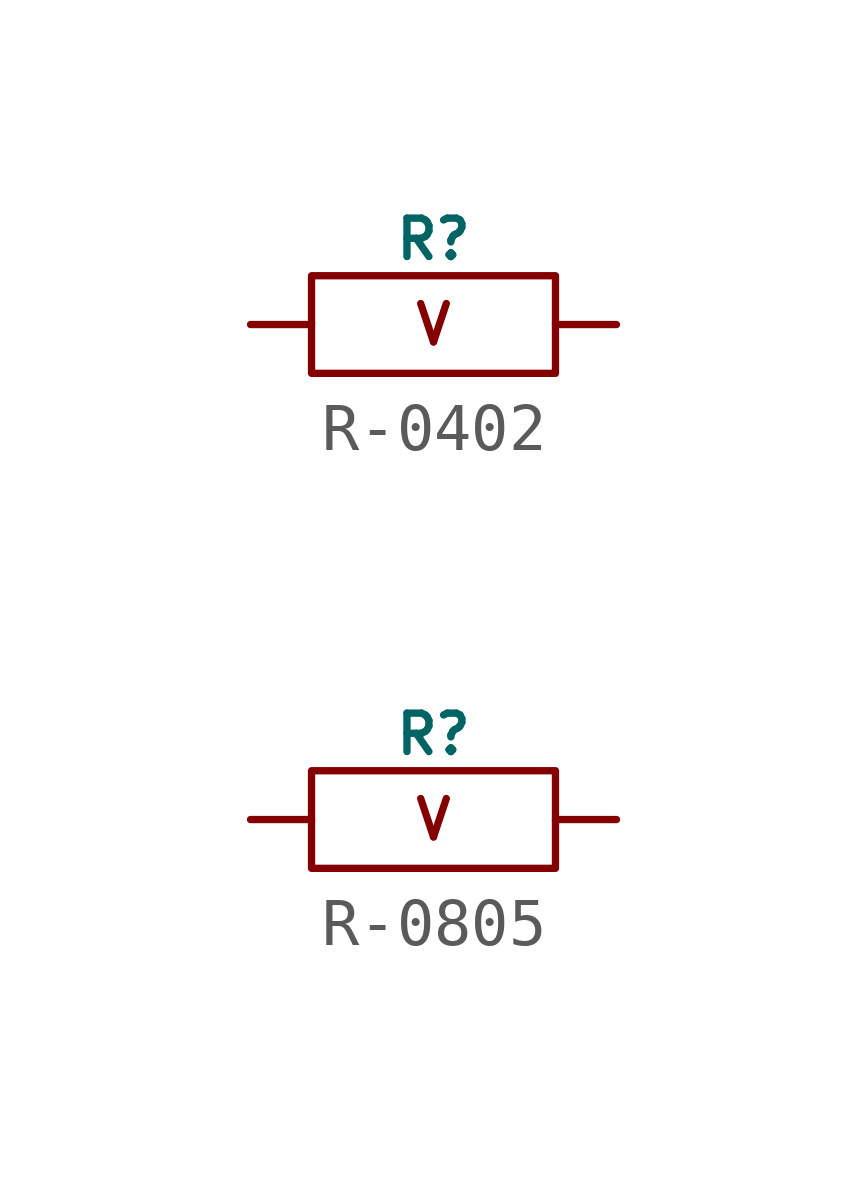
<source format=kicad_sym>
(kicad_symbol_lib
  (version 20231120)
  (generator "kicad_symbol_editor")
  (generator_version "8.0")
  (symbol "R-0402"
    (pin_numbers hide)
    (property "Reference" "R"
      (at 0 1.778 0)
      (do_not_autoplace)
      (effects (font (size 0.8 0.8))))
    (property "Value" "V"
      (at 0 0 0)
      (do_not_autoplace)
      (effects (font (size 0.8 0.8) (color 132 0 0 1))))
    (symbol "R-0402_0_1"
      (rectangle (start -2.54 1.016) (end 2.54 -1.016) (stroke (width 0) (type default)) (fill (type none))))
    (symbol "R-0402_1_1"
      (pin passive line (at -3.81 0 0) (length 1.27) (name "~" (effects (font (size 0.5 0.5)))) (number "1" (effects (font (size 0.5 0.5)))))
      (pin passive line (at 3.81 0 180) (length 1.27) (name "~" (effects (font (size 0.5 0.5)))) (number "2" (effects (font (size 0.5 0.5)))))))
  (symbol "R-0805"
    (pin_numbers hide)
    (property "Reference" "R"
      (at 0 1.778 0)
      (do_not_autoplace)
      (effects (font (size 0.8 0.8))))
    (property "Value" "V"
      (at 0 0 0)
      (do_not_autoplace)
      (effects (font (size 0.8 0.8) (color 132 0 0 1))))
    (symbol "R-0805_0_1"
      (rectangle (start -2.54 1.016) (end 2.54 -1.016) (stroke (width 0) (type default)) (fill (type none))))
    (symbol "R-0805_1_1"
      (pin passive line (at -3.81 0 0) (length 1.27) (name "~" (effects (font (size 0.5 0.5)))) (number "1" (effects (font (size 0.5 0.5)))))
      (pin passive line (at 3.81 0 180) (length 1.27) (name "~" (effects (font (size 0.5 0.5)))) (number "2" (effects (font (size 0.5 0.5))))))))
</source>
